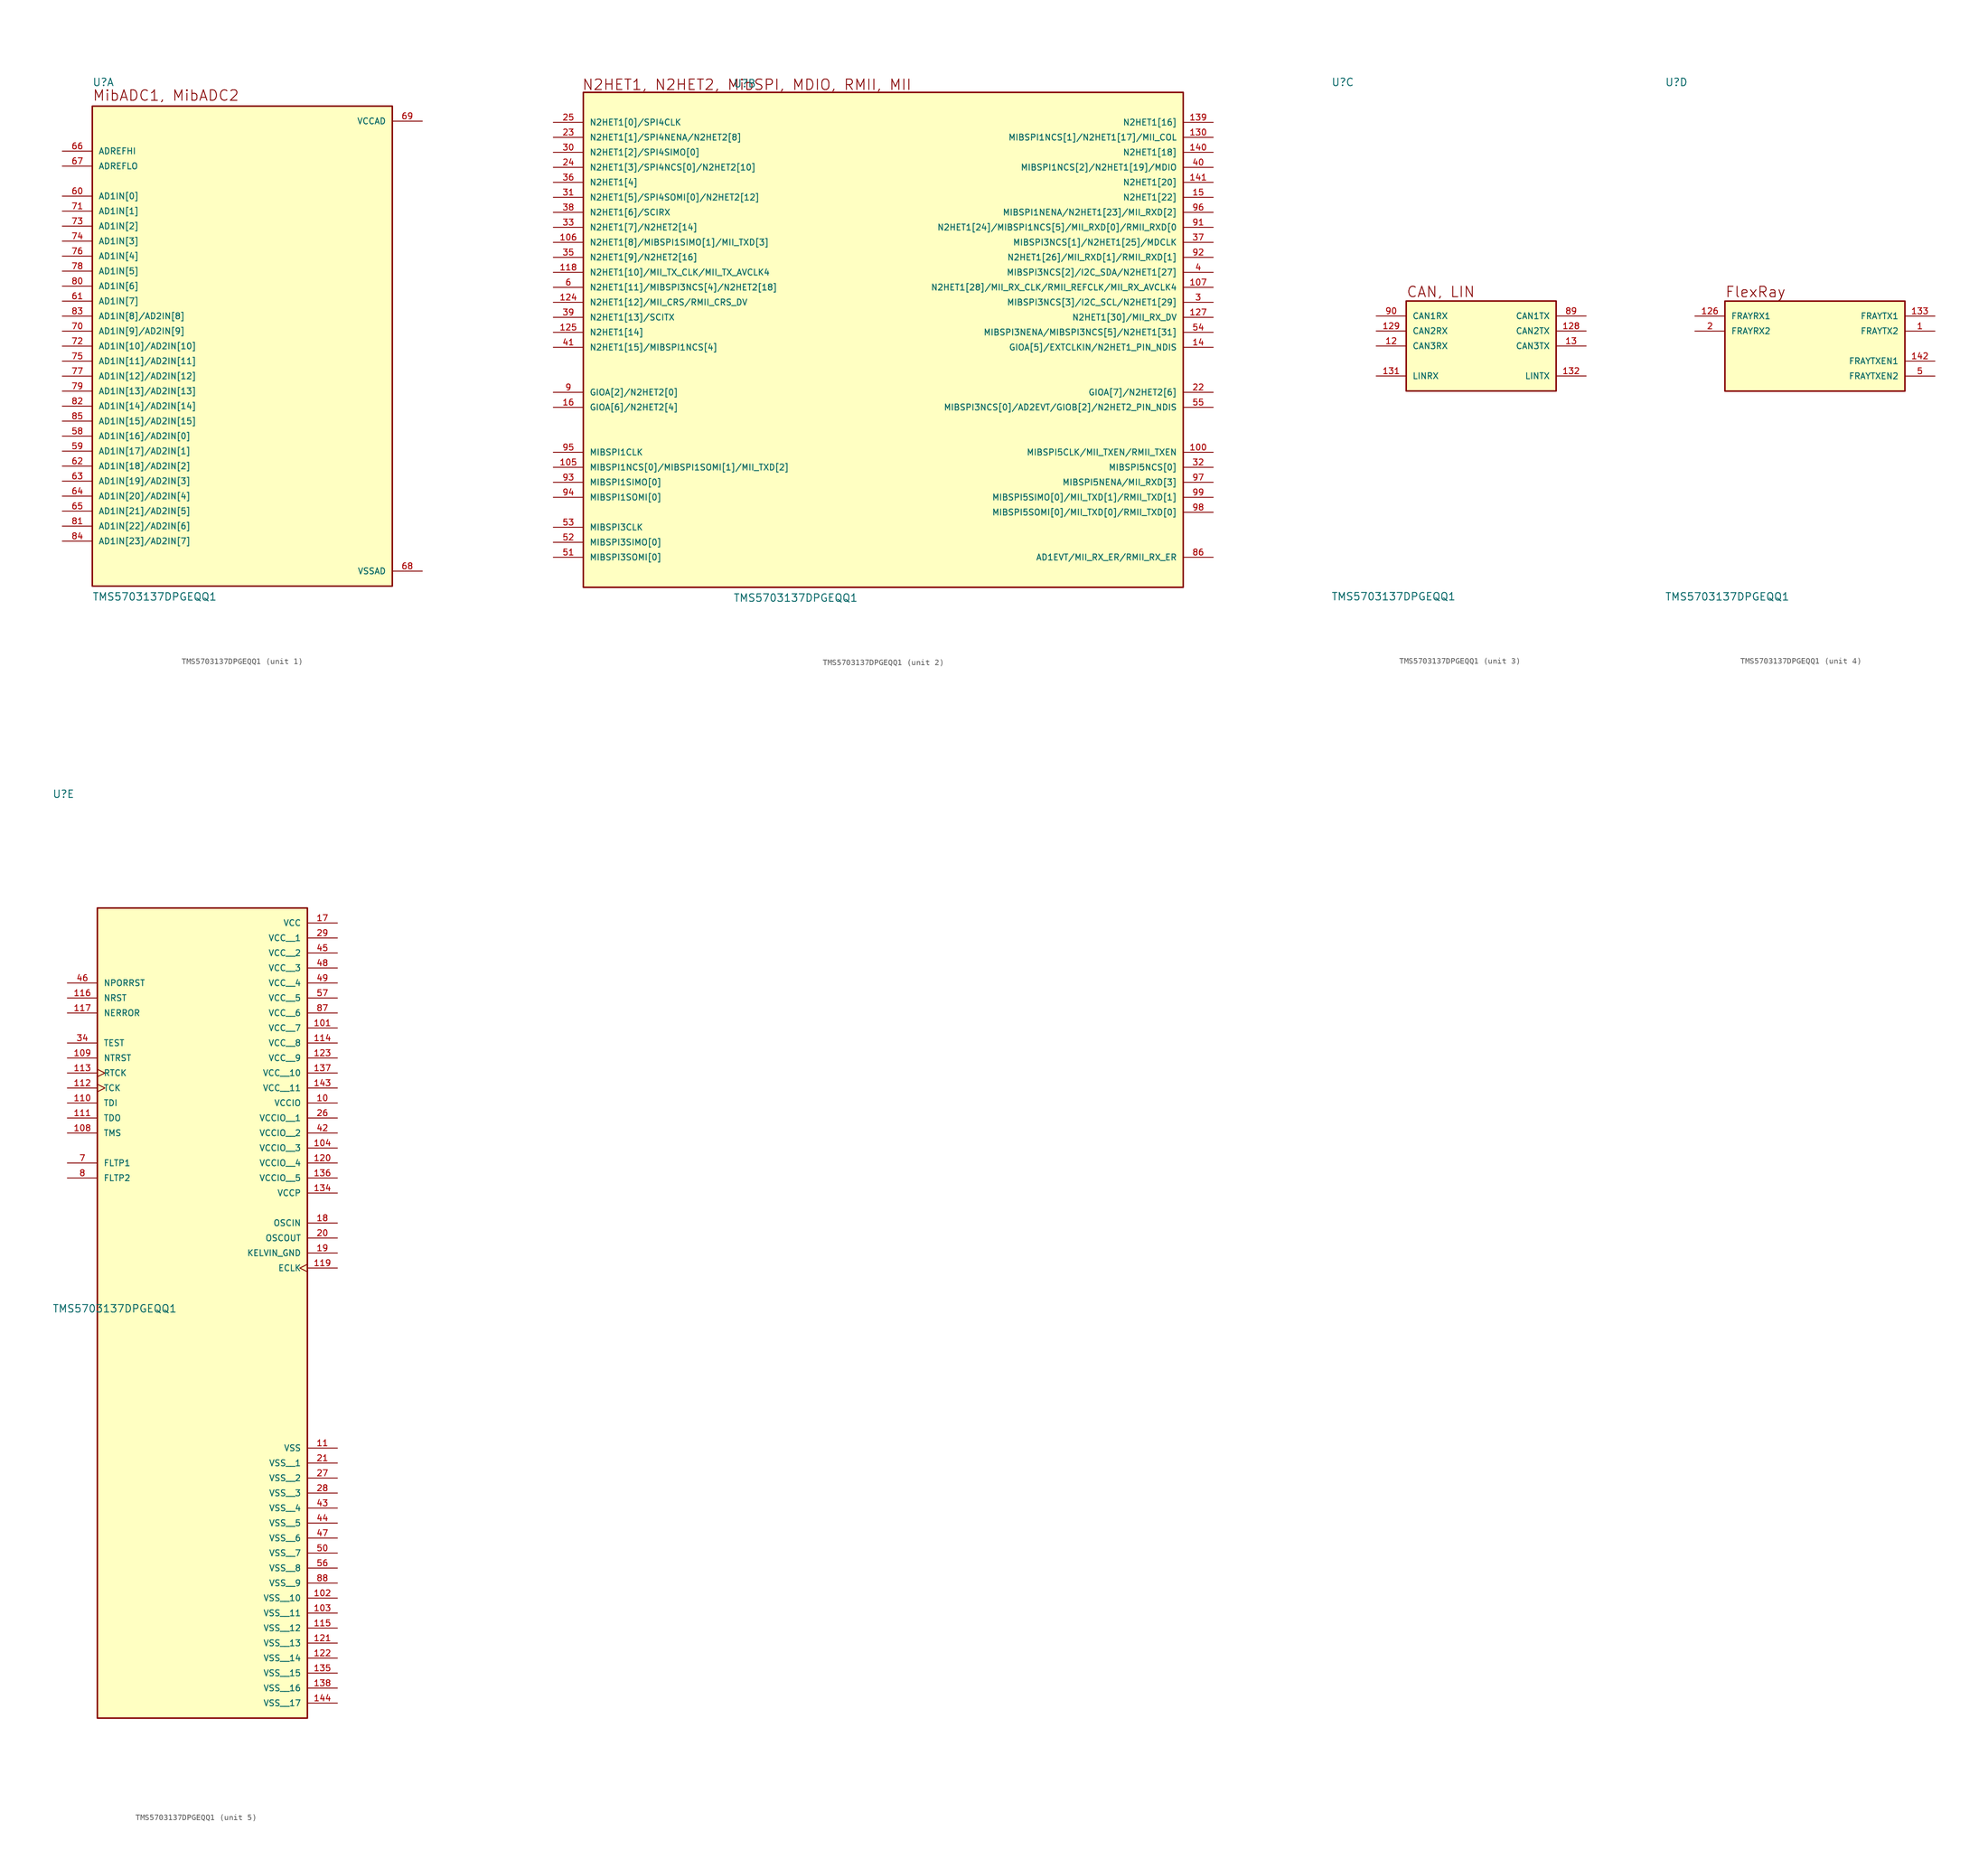
<source format=kicad_sym>
(kicad_symbol_lib
  (version 20211014)
  (generator kicad_symbol_editor)
  (symbol "TMS5703137DPGEQQ1"
    (pin_names
      (offset 1.016))
    (property "Reference" "U"
      (at -25.4 43.942 0)
      (effects (font (size 1.27 1.27)) (justify bottom left)))
    (property "Value" "TMS5703137DPGEQQ1"
      (at -25.4 -43.18 0)
      (effects (font (size 1.27 1.27)) (justify bottom left)))
    (symbol "TMS5703137DPGEQQ1_1_0"
      (text "MibADC1, MibADC2" (at -25.4 41.402 0) (effects (font (size 1.778 1.778)) (justify bottom left)))
      (rectangle (start -25.4 -40.64) (end 25.4 40.64) (stroke (width 0.254)) (fill (type background)))
      (pin input line (at -30.48 33.02 0) (length 5.08) (name "ADREFHI" (effects (font (size 1.016 1.016)))) (number "66" (effects (font (size 1.016 1.016)))))
      (pin input line (at -30.48 30.48 0) (length 5.08) (name "ADREFLO" (effects (font (size 1.016 1.016)))) (number "67" (effects (font (size 1.016 1.016)))))
      (pin power_in line (at 30.48 38.1 180.0) (length 5.08) (name "VCCAD" (effects (font (size 1.016 1.016)))) (number "69" (effects (font (size 1.016 1.016)))))
      (pin power_in line (at 30.48 -38.1 180.0) (length 5.08) (name "VSSAD" (effects (font (size 1.016 1.016)))) (number "68" (effects (font (size 1.016 1.016)))))
      (pin input line (at -30.48 25.4 0) (length 5.08) (name "AD1IN[0]" (effects (font (size 1.016 1.016)))) (number "60" (effects (font (size 1.016 1.016)))))
      (pin input line (at -30.48 20.32 0) (length 5.08) (name "AD1IN[2]" (effects (font (size 1.016 1.016)))) (number "73" (effects (font (size 1.016 1.016)))))
      (pin input line (at -30.48 22.86 0) (length 5.08) (name "AD1IN[1]" (effects (font (size 1.016 1.016)))) (number "71" (effects (font (size 1.016 1.016)))))
      (pin input line (at -30.48 15.24 0) (length 5.08) (name "AD1IN[4]" (effects (font (size 1.016 1.016)))) (number "76" (effects (font (size 1.016 1.016)))))
      (pin input line (at -30.48 17.78 0) (length 5.08) (name "AD1IN[3]" (effects (font (size 1.016 1.016)))) (number "74" (effects (font (size 1.016 1.016)))))
      (pin input line (at -30.48 12.7 0) (length 5.08) (name "AD1IN[5]" (effects (font (size 1.016 1.016)))) (number "78" (effects (font (size 1.016 1.016)))))
      (pin input line (at -30.48 7.62 0) (length 5.08) (name "AD1IN[7]" (effects (font (size 1.016 1.016)))) (number "61" (effects (font (size 1.016 1.016)))))
      (pin input line (at -30.48 10.16 0) (length 5.08) (name "AD1IN[6]" (effects (font (size 1.016 1.016)))) (number "80" (effects (font (size 1.016 1.016)))))
      (pin input line (at -30.48 5.08 0) (length 5.08) (name "AD1IN[8]/AD2IN[8]" (effects (font (size 1.016 1.016)))) (number "83" (effects (font (size 1.016 1.016)))))
      (pin input line (at -30.48 2.54 0) (length 5.08) (name "AD1IN[9]/AD2IN[9]" (effects (font (size 1.016 1.016)))) (number "70" (effects (font (size 1.016 1.016)))))
      (pin input line (at -30.48 0.0 0) (length 5.08) (name "AD1IN[10]/AD2IN[10]" (effects (font (size 1.016 1.016)))) (number "72" (effects (font (size 1.016 1.016)))))
      (pin input line (at -30.48 -2.54 0) (length 5.08) (name "AD1IN[11]/AD2IN[11]" (effects (font (size 1.016 1.016)))) (number "75" (effects (font (size 1.016 1.016)))))
      (pin input line (at -30.48 -7.62 0) (length 5.08) (name "AD1IN[13]/AD2IN[13]" (effects (font (size 1.016 1.016)))) (number "79" (effects (font (size 1.016 1.016)))))
      (pin input line (at -30.48 -5.08 0) (length 5.08) (name "AD1IN[12]/AD2IN[12]" (effects (font (size 1.016 1.016)))) (number "77" (effects (font (size 1.016 1.016)))))
      (pin input line (at -30.48 -10.16 0) (length 5.08) (name "AD1IN[14]/AD2IN[14]" (effects (font (size 1.016 1.016)))) (number "82" (effects (font (size 1.016 1.016)))))
      (pin input line (at -30.48 -15.24 0) (length 5.08) (name "AD1IN[16]/AD2IN[0]" (effects (font (size 1.016 1.016)))) (number "58" (effects (font (size 1.016 1.016)))))
      (pin input line (at -30.48 -12.7 0) (length 5.08) (name "AD1IN[15]/AD2IN[15]" (effects (font (size 1.016 1.016)))) (number "85" (effects (font (size 1.016 1.016)))))
      (pin input line (at -30.48 -20.32 0) (length 5.08) (name "AD1IN[18]/AD2IN[2]" (effects (font (size 1.016 1.016)))) (number "62" (effects (font (size 1.016 1.016)))))
      (pin input line (at -30.48 -17.78 0) (length 5.08) (name "AD1IN[17]/AD2IN[1]" (effects (font (size 1.016 1.016)))) (number "59" (effects (font (size 1.016 1.016)))))
      (pin input line (at -30.48 -22.86 0) (length 5.08) (name "AD1IN[19]/AD2IN[3]" (effects (font (size 1.016 1.016)))) (number "63" (effects (font (size 1.016 1.016)))))
      (pin input line (at -30.48 -27.94 0) (length 5.08) (name "AD1IN[21]/AD2IN[5]" (effects (font (size 1.016 1.016)))) (number "65" (effects (font (size 1.016 1.016)))))
      (pin input line (at -30.48 -25.4 0) (length 5.08) (name "AD1IN[20]/AD2IN[4]" (effects (font (size 1.016 1.016)))) (number "64" (effects (font (size 1.016 1.016)))))
      (pin input line (at -30.48 -30.48 0) (length 5.08) (name "AD1IN[22]/AD2IN[6]" (effects (font (size 1.016 1.016)))) (number "81" (effects (font (size 1.016 1.016)))))
      (pin input line (at -30.48 -33.02 0) (length 5.08) (name "AD1IN[23]/AD2IN[7]" (effects (font (size 1.016 1.016)))) (number "84" (effects (font (size 1.016 1.016))))))
    (symbol "TMS5703137DPGEQQ1_2_0"
      (text "N2HET1, N2HET2, MibSPI, MDIO, RMII, MII" (at -51.054 43.434 0) (effects (font (size 1.778 1.778)) (justify bottom left)))
      (rectangle (start -50.8 -40.64) (end 50.8 43.18) (stroke (width 0.254)) (fill (type background)))
      (pin bidirectional line (at -55.88 38.1 0) (length 5.08) (name "N2HET1[0]/SPI4CLK" (effects (font (size 1.016 1.016)))) (number "25" (effects (font (size 1.016 1.016)))))
      (pin bidirectional line (at -55.88 35.56 0) (length 5.08) (name "N2HET1[1]/SPI4NENA/N2HET2[8]" (effects (font (size 1.016 1.016)))) (number "23" (effects (font (size 1.016 1.016)))))
      (pin bidirectional line (at -55.88 33.02 0) (length 5.08) (name "N2HET1[2]/SPI4SIMO[0]" (effects (font (size 1.016 1.016)))) (number "30" (effects (font (size 1.016 1.016)))))
      (pin bidirectional line (at -55.88 30.48 0) (length 5.08) (name "N2HET1[3]/SPI4NCS[0]/N2HET2[10]" (effects (font (size 1.016 1.016)))) (number "24" (effects (font (size 1.016 1.016)))))
      (pin bidirectional line (at -55.88 27.94 0) (length 5.08) (name "N2HET1[4]" (effects (font (size 1.016 1.016)))) (number "36" (effects (font (size 1.016 1.016)))))
      (pin bidirectional line (at -55.88 25.4 0) (length 5.08) (name "N2HET1[5]/SPI4SOMI[0]/N2HET2[12]" (effects (font (size 1.016 1.016)))) (number "31" (effects (font (size 1.016 1.016)))))
      (pin bidirectional line (at -55.88 22.86 0) (length 5.08) (name "N2HET1[6]/SCIRX" (effects (font (size 1.016 1.016)))) (number "38" (effects (font (size 1.016 1.016)))))
      (pin bidirectional line (at -55.88 20.32 0) (length 5.08) (name "N2HET1[7]/N2HET2[14]" (effects (font (size 1.016 1.016)))) (number "33" (effects (font (size 1.016 1.016)))))
      (pin bidirectional line (at -55.88 17.78 0) (length 5.08) (name "N2HET1[8]/MIBSPI1SIMO[1]/MII_TXD[3]" (effects (font (size 1.016 1.016)))) (number "106" (effects (font (size 1.016 1.016)))))
      (pin bidirectional line (at -55.88 15.24 0) (length 5.08) (name "N2HET1[9]/N2HET2[16]" (effects (font (size 1.016 1.016)))) (number "35" (effects (font (size 1.016 1.016)))))
      (pin bidirectional line (at -55.88 12.7 0) (length 5.08) (name "N2HET1[10]/MII_TX_CLK/MII_TX_AVCLK4" (effects (font (size 1.016 1.016)))) (number "118" (effects (font (size 1.016 1.016)))))
      (pin bidirectional line (at -55.88 10.16 0) (length 5.08) (name "N2HET1[11]/MIBSPI3NCS[4]/N2HET2[18]" (effects (font (size 1.016 1.016)))) (number "6" (effects (font (size 1.016 1.016)))))
      (pin bidirectional line (at -55.88 7.62 0) (length 5.08) (name "N2HET1[12]/MII_CRS/RMII_CRS_DV" (effects (font (size 1.016 1.016)))) (number "124" (effects (font (size 1.016 1.016)))))
      (pin bidirectional line (at -55.88 5.08 0) (length 5.08) (name "N2HET1[13]/SCITX" (effects (font (size 1.016 1.016)))) (number "39" (effects (font (size 1.016 1.016)))))
      (pin bidirectional line (at -55.88 2.54 0) (length 5.08) (name "N2HET1[14]" (effects (font (size 1.016 1.016)))) (number "125" (effects (font (size 1.016 1.016)))))
      (pin bidirectional line (at -55.88 0.0 0) (length 5.08) (name "N2HET1[15]/MIBSPI1NCS[4]" (effects (font (size 1.016 1.016)))) (number "41" (effects (font (size 1.016 1.016)))))
      (pin bidirectional line (at 55.88 38.1 180.0) (length 5.08) (name "N2HET1[16]" (effects (font (size 1.016 1.016)))) (number "139" (effects (font (size 1.016 1.016)))))
      (pin bidirectional line (at 55.88 35.56 180.0) (length 5.08) (name "MIBSPI1NCS[1]/N2HET1[17]/MII_COL" (effects (font (size 1.016 1.016)))) (number "130" (effects (font (size 1.016 1.016)))))
      (pin bidirectional line (at 55.88 33.02 180.0) (length 5.08) (name "N2HET1[18]" (effects (font (size 1.016 1.016)))) (number "140" (effects (font (size 1.016 1.016)))))
      (pin bidirectional line (at 55.88 30.48 180.0) (length 5.08) (name "MIBSPI1NCS[2]/N2HET1[19]/MDIO" (effects (font (size 1.016 1.016)))) (number "40" (effects (font (size 1.016 1.016)))))
      (pin bidirectional line (at 55.88 27.94 180.0) (length 5.08) (name "N2HET1[20]" (effects (font (size 1.016 1.016)))) (number "141" (effects (font (size 1.016 1.016)))))
      (pin bidirectional line (at 55.88 25.4 180.0) (length 5.08) (name "N2HET1[22]" (effects (font (size 1.016 1.016)))) (number "15" (effects (font (size 1.016 1.016)))))
      (pin bidirectional line (at 55.88 22.86 180.0) (length 5.08) (name "MIBSPI1NENA/N2HET1[23]/MII_RXD[2]" (effects (font (size 1.016 1.016)))) (number "96" (effects (font (size 1.016 1.016)))))
      (pin bidirectional line (at 55.88 20.32 180.0) (length 5.08) (name "N2HET1[24]/MIBSPI1NCS[5]/MII_RXD[0]/RMII_RXD[0" (effects (font (size 1.016 1.016)))) (number "91" (effects (font (size 1.016 1.016)))))
      (pin bidirectional line (at 55.88 17.78 180.0) (length 5.08) (name "MIBSPI3NCS[1]/N2HET1[25]/MDCLK" (effects (font (size 1.016 1.016)))) (number "37" (effects (font (size 1.016 1.016)))))
      (pin bidirectional line (at 55.88 15.24 180.0) (length 5.08) (name "N2HET1[26]/MII_RXD[1]/RMII_RXD[1]" (effects (font (size 1.016 1.016)))) (number "92" (effects (font (size 1.016 1.016)))))
      (pin bidirectional line (at 55.88 12.7 180.0) (length 5.08) (name "MIBSPI3NCS[2]/I2C_SDA/N2HET1[27]" (effects (font (size 1.016 1.016)))) (number "4" (effects (font (size 1.016 1.016)))))
      (pin bidirectional line (at 55.88 10.16 180.0) (length 5.08) (name "N2HET1[28]/MII_RX_CLK/RMII_REFCLK/MII_RX_AVCLK4" (effects (font (size 1.016 1.016)))) (number "107" (effects (font (size 1.016 1.016)))))
      (pin bidirectional line (at 55.88 7.62 180.0) (length 5.08) (name "MIBSPI3NCS[3]/I2C_SCL/N2HET1[29]" (effects (font (size 1.016 1.016)))) (number "3" (effects (font (size 1.016 1.016)))))
      (pin bidirectional line (at 55.88 5.08 180.0) (length 5.08) (name "N2HET1[30]/MII_RX_DV" (effects (font (size 1.016 1.016)))) (number "127" (effects (font (size 1.016 1.016)))))
      (pin bidirectional line (at 55.88 2.54 180.0) (length 5.08) (name "MIBSPI3NENA/MIBSPI3NCS[5]/N2HET1[31]" (effects (font (size 1.016 1.016)))) (number "54" (effects (font (size 1.016 1.016)))))
      (pin bidirectional line (at 55.88 0.0 180.0) (length 5.08) (name "GIOA[5]/EXTCLKIN/N2HET1_PIN_NDIS" (effects (font (size 1.016 1.016)))) (number "14" (effects (font (size 1.016 1.016)))))
      (pin bidirectional line (at -55.88 -7.62 0) (length 5.08) (name "GIOA[2]/N2HET2[0]" (effects (font (size 1.016 1.016)))) (number "9" (effects (font (size 1.016 1.016)))))
      (pin bidirectional line (at -55.88 -10.16 0) (length 5.08) (name "GIOA[6]/N2HET2[4]" (effects (font (size 1.016 1.016)))) (number "16" (effects (font (size 1.016 1.016)))))
      (pin bidirectional line (at 55.88 -7.62 180.0) (length 5.08) (name "GIOA[7]/N2HET2[6]" (effects (font (size 1.016 1.016)))) (number "22" (effects (font (size 1.016 1.016)))))
      (pin bidirectional line (at 55.88 -10.16 180.0) (length 5.08) (name "MIBSPI3NCS[0]/AD2EVT/GIOB[2]/N2HET2_PIN_NDIS" (effects (font (size 1.016 1.016)))) (number "55" (effects (font (size 1.016 1.016)))))
      (pin bidirectional line (at -55.88 -17.78 0) (length 5.08) (name "MIBSPI1CLK" (effects (font (size 1.016 1.016)))) (number "95" (effects (font (size 1.016 1.016)))))
      (pin bidirectional line (at -55.88 -20.32 0) (length 5.08) (name "MIBSPI1NCS[0]/MIBSPI1SOMI[1]/MII_TXD[2]" (effects (font (size 1.016 1.016)))) (number "105" (effects (font (size 1.016 1.016)))))
      (pin bidirectional line (at -55.88 -22.86 0) (length 5.08) (name "MIBSPI1SIMO[0]" (effects (font (size 1.016 1.016)))) (number "93" (effects (font (size 1.016 1.016)))))
      (pin bidirectional line (at -55.88 -25.4 0) (length 5.08) (name "MIBSPI1SOMI[0]" (effects (font (size 1.016 1.016)))) (number "94" (effects (font (size 1.016 1.016)))))
      (pin bidirectional line (at -55.88 -30.48 0) (length 5.08) (name "MIBSPI3CLK" (effects (font (size 1.016 1.016)))) (number "53" (effects (font (size 1.016 1.016)))))
      (pin bidirectional line (at -55.88 -33.02 0) (length 5.08) (name "MIBSPI3SIMO[0]" (effects (font (size 1.016 1.016)))) (number "52" (effects (font (size 1.016 1.016)))))
      (pin bidirectional line (at -55.88 -35.56 0) (length 5.08) (name "MIBSPI3SOMI[0]" (effects (font (size 1.016 1.016)))) (number "51" (effects (font (size 1.016 1.016)))))
      (pin bidirectional line (at 55.88 -17.78 180.0) (length 5.08) (name "MIBSPI5CLK/MII_TXEN/RMII_TXEN" (effects (font (size 1.016 1.016)))) (number "100" (effects (font (size 1.016 1.016)))))
      (pin bidirectional line (at 55.88 -20.32 180.0) (length 5.08) (name "MIBSPI5NCS[0]" (effects (font (size 1.016 1.016)))) (number "32" (effects (font (size 1.016 1.016)))))
      (pin bidirectional line (at 55.88 -22.86 180.0) (length 5.08) (name "MIBSPI5NENA/MII_RXD[3]" (effects (font (size 1.016 1.016)))) (number "97" (effects (font (size 1.016 1.016)))))
      (pin bidirectional line (at 55.88 -25.4 180.0) (length 5.08) (name "MIBSPI5SIMO[0]/MII_TXD[1]/RMII_TXD[1]" (effects (font (size 1.016 1.016)))) (number "99" (effects (font (size 1.016 1.016)))))
      (pin bidirectional line (at 55.88 -27.94 180.0) (length 5.08) (name "MIBSPI5SOMI[0]/MII_TXD[0]/RMII_TXD[0]" (effects (font (size 1.016 1.016)))) (number "98" (effects (font (size 1.016 1.016)))))
      (pin bidirectional line (at 55.88 -35.56 180.0) (length 5.08) (name "AD1EVT/MII_RX_ER/RMII_RX_ER" (effects (font (size 1.016 1.016)))) (number "86" (effects (font (size 1.016 1.016))))))
    (symbol "TMS5703137DPGEQQ1_3_0"
      (text "CAN, LIN" (at -12.7 8.128 0) (effects (font (size 1.778 1.778)) (justify bottom left)))
      (rectangle (start -12.7 -7.62) (end 12.7 7.62) (stroke (width 0.254)) (fill (type background)))
      (pin bidirectional line (at -17.78 5.08 0) (length 5.08) (name "CAN1RX" (effects (font (size 1.016 1.016)))) (number "90" (effects (font (size 1.016 1.016)))))
      (pin bidirectional line (at 17.78 5.08 180.0) (length 5.08) (name "CAN1TX" (effects (font (size 1.016 1.016)))) (number "89" (effects (font (size 1.016 1.016)))))
      (pin bidirectional line (at -17.78 2.54 0) (length 5.08) (name "CAN2RX" (effects (font (size 1.016 1.016)))) (number "129" (effects (font (size 1.016 1.016)))))
      (pin bidirectional line (at 17.78 2.54 180.0) (length 5.08) (name "CAN2TX" (effects (font (size 1.016 1.016)))) (number "128" (effects (font (size 1.016 1.016)))))
      (pin bidirectional line (at -17.78 0.0 0) (length 5.08) (name "CAN3RX" (effects (font (size 1.016 1.016)))) (number "12" (effects (font (size 1.016 1.016)))))
      (pin bidirectional line (at 17.78 0.0 180.0) (length 5.08) (name "CAN3TX" (effects (font (size 1.016 1.016)))) (number "13" (effects (font (size 1.016 1.016)))))
      (pin bidirectional line (at -17.78 -5.08 0) (length 5.08) (name "LINRX" (effects (font (size 1.016 1.016)))) (number "131" (effects (font (size 1.016 1.016)))))
      (pin bidirectional line (at 17.78 -5.08 180.0) (length 5.08) (name "LINTX" (effects (font (size 1.016 1.016)))) (number "132" (effects (font (size 1.016 1.016))))))
    (symbol "TMS5703137DPGEQQ1_4_0"
      (text "FlexRay" (at -15.24 8.128 0) (effects (font (size 1.778 1.778)) (justify bottom left)))
      (rectangle (start -15.24 -7.62) (end 15.24 7.62) (stroke (width 0.254)) (fill (type background)))
      (pin input line (at -20.32 5.08 0) (length 5.08) (name "FRAYRX1" (effects (font (size 1.016 1.016)))) (number "126" (effects (font (size 1.016 1.016)))))
      (pin output line (at 20.32 5.08 180.0) (length 5.08) (name "FRAYTX1" (effects (font (size 1.016 1.016)))) (number "133" (effects (font (size 1.016 1.016)))))
      (pin output line (at 20.32 -2.54 180.0) (length 5.08) (name "FRAYTXEN1" (effects (font (size 1.016 1.016)))) (number "142" (effects (font (size 1.016 1.016)))))
      (pin input line (at -20.32 2.54 0) (length 5.08) (name "FRAYRX2" (effects (font (size 1.016 1.016)))) (number "2" (effects (font (size 1.016 1.016)))))
      (pin output line (at 20.32 2.54 180.0) (length 5.08) (name "FRAYTX2" (effects (font (size 1.016 1.016)))) (number "1" (effects (font (size 1.016 1.016)))))
      (pin output line (at 20.32 -5.08 180.0) (length 5.08) (name "FRAYTXEN2" (effects (font (size 1.016 1.016)))) (number "5" (effects (font (size 1.016 1.016))))))
    (symbol "TMS5703137DPGEQQ1_5_0"
      (rectangle (start -17.78 -111.76) (end 17.78 25.4) (stroke (width 0.254)) (fill (type background)))
      (pin input line (at -22.86 12.7 0) (length 5.08) (name "NPORRST" (effects (font (size 1.016 1.016)))) (number "46" (effects (font (size 1.016 1.016)))))
      (pin bidirectional line (at -22.86 10.16 0) (length 5.08) (name "NRST" (effects (font (size 1.016 1.016)))) (number "116" (effects (font (size 1.016 1.016)))))
      (pin bidirectional line (at -22.86 7.62 0) (length 5.08) (name "NERROR" (effects (font (size 1.016 1.016)))) (number "117" (effects (font (size 1.016 1.016)))))
      (pin input line (at 22.86 -33.02 180.0) (length 5.08) (name "KELVIN_GND" (effects (font (size 1.016 1.016)))) (number "19" (effects (font (size 1.016 1.016)))))
      (pin output line (at 22.86 -30.48 180.0) (length 5.08) (name "OSCOUT" (effects (font (size 1.016 1.016)))) (number "20" (effects (font (size 1.016 1.016)))))
      (pin bidirectional clock (at 22.86 -35.56 180.0) (length 5.08) (name "ECLK" (effects (font (size 1.016 1.016)))) (number "119" (effects (font (size 1.016 1.016)))))
      (pin bidirectional line (at -22.86 2.54 0) (length 5.08) (name "TEST" (effects (font (size 1.016 1.016)))) (number "34" (effects (font (size 1.016 1.016)))))
      (pin input line (at -22.86 0.0 0) (length 5.08) (name "NTRST" (effects (font (size 1.016 1.016)))) (number "109" (effects (font (size 1.016 1.016)))))
      (pin output clock (at -22.86 -2.54 0) (length 5.08) (name "RTCK" (effects (font (size 1.016 1.016)))) (number "113" (effects (font (size 1.016 1.016)))))
      (pin input clock (at -22.86 -5.08 0) (length 5.08) (name "TCK" (effects (font (size 1.016 1.016)))) (number "112" (effects (font (size 1.016 1.016)))))
      (pin bidirectional line (at -22.86 -7.62 0) (length 5.08) (name "TDI" (effects (font (size 1.016 1.016)))) (number "110" (effects (font (size 1.016 1.016)))))
      (pin output line (at -22.86 -10.16 0) (length 5.08) (name "TDO" (effects (font (size 1.016 1.016)))) (number "111" (effects (font (size 1.016 1.016)))))
      (pin bidirectional line (at -22.86 -12.7 0) (length 5.08) (name "TMS" (effects (font (size 1.016 1.016)))) (number "108" (effects (font (size 1.016 1.016)))))
      (pin power_in line (at 22.86 -22.86 180.0) (length 5.08) (name "VCCP" (effects (font (size 1.016 1.016)))) (number "134" (effects (font (size 1.016 1.016)))))
      (pin input line (at -22.86 -17.78 0) (length 5.08) (name "FLTP1" (effects (font (size 1.016 1.016)))) (number "7" (effects (font (size 1.016 1.016)))))
      (pin power_in line (at 22.86 22.86 180.0) (length 5.08) (name "VCC" (effects (font (size 1.016 1.016)))) (number "17" (effects (font (size 1.016 1.016)))))
      (pin input line (at -22.86 -20.32 0) (length 5.08) (name "FLTP2" (effects (font (size 1.016 1.016)))) (number "8" (effects (font (size 1.016 1.016)))))
      (pin power_in line (at 22.86 -7.62 180.0) (length 5.08) (name "VCCIO" (effects (font (size 1.016 1.016)))) (number "10" (effects (font (size 1.016 1.016)))))
      (pin power_in line (at 22.86 -66.04 180.0) (length 5.08) (name "VSS" (effects (font (size 1.016 1.016)))) (number "11" (effects (font (size 1.016 1.016)))))
      (pin input line (at 22.86 -27.94 180.0) (length 5.08) (name "OSCIN" (effects (font (size 1.016 1.016)))) (number "18" (effects (font (size 1.016 1.016)))))
      (pin power_in line (at 22.86 20.32 180.0) (length 5.08) (name "VCC__1" (effects (font (size 1.016 1.016)))) (number "29" (effects (font (size 1.016 1.016)))))
      (pin power_in line (at 22.86 17.78 180.0) (length 5.08) (name "VCC__2" (effects (font (size 1.016 1.016)))) (number "45" (effects (font (size 1.016 1.016)))))
      (pin power_in line (at 22.86 15.24 180.0) (length 5.08) (name "VCC__3" (effects (font (size 1.016 1.016)))) (number "48" (effects (font (size 1.016 1.016)))))
      (pin power_in line (at 22.86 12.7 180.0) (length 5.08) (name "VCC__4" (effects (font (size 1.016 1.016)))) (number "49" (effects (font (size 1.016 1.016)))))
      (pin power_in line (at 22.86 10.16 180.0) (length 5.08) (name "VCC__5" (effects (font (size 1.016 1.016)))) (number "57" (effects (font (size 1.016 1.016)))))
      (pin power_in line (at 22.86 7.62 180.0) (length 5.08) (name "VCC__6" (effects (font (size 1.016 1.016)))) (number "87" (effects (font (size 1.016 1.016)))))
      (pin power_in line (at 22.86 5.08 180.0) (length 5.08) (name "VCC__7" (effects (font (size 1.016 1.016)))) (number "101" (effects (font (size 1.016 1.016)))))
      (pin power_in line (at 22.86 2.54 180.0) (length 5.08) (name "VCC__8" (effects (font (size 1.016 1.016)))) (number "114" (effects (font (size 1.016 1.016)))))
      (pin power_in line (at 22.86 0.0 180.0) (length 5.08) (name "VCC__9" (effects (font (size 1.016 1.016)))) (number "123" (effects (font (size 1.016 1.016)))))
      (pin power_in line (at 22.86 -2.54 180.0) (length 5.08) (name "VCC__10" (effects (font (size 1.016 1.016)))) (number "137" (effects (font (size 1.016 1.016)))))
      (pin power_in line (at 22.86 -5.08 180.0) (length 5.08) (name "VCC__11" (effects (font (size 1.016 1.016)))) (number "143" (effects (font (size 1.016 1.016)))))
      (pin power_in line (at 22.86 -10.16 180.0) (length 5.08) (name "VCCIO__1" (effects (font (size 1.016 1.016)))) (number "26" (effects (font (size 1.016 1.016)))))
      (pin power_in line (at 22.86 -12.7 180.0) (length 5.08) (name "VCCIO__2" (effects (font (size 1.016 1.016)))) (number "42" (effects (font (size 1.016 1.016)))))
      (pin power_in line (at 22.86 -15.24 180.0) (length 5.08) (name "VCCIO__3" (effects (font (size 1.016 1.016)))) (number "104" (effects (font (size 1.016 1.016)))))
      (pin power_in line (at 22.86 -17.78 180.0) (length 5.08) (name "VCCIO__4" (effects (font (size 1.016 1.016)))) (number "120" (effects (font (size 1.016 1.016)))))
      (pin power_in line (at 22.86 -20.32 180.0) (length 5.08) (name "VCCIO__5" (effects (font (size 1.016 1.016)))) (number "136" (effects (font (size 1.016 1.016)))))
      (pin power_in line (at 22.86 -68.58 180.0) (length 5.08) (name "VSS__1" (effects (font (size 1.016 1.016)))) (number "21" (effects (font (size 1.016 1.016)))))
      (pin power_in line (at 22.86 -71.12 180.0) (length 5.08) (name "VSS__2" (effects (font (size 1.016 1.016)))) (number "27" (effects (font (size 1.016 1.016)))))
      (pin power_in line (at 22.86 -73.66 180.0) (length 5.08) (name "VSS__3" (effects (font (size 1.016 1.016)))) (number "28" (effects (font (size 1.016 1.016)))))
      (pin power_in line (at 22.86 -76.2 180.0) (length 5.08) (name "VSS__4" (effects (font (size 1.016 1.016)))) (number "43" (effects (font (size 1.016 1.016)))))
      (pin power_in line (at 22.86 -78.74 180.0) (length 5.08) (name "VSS__5" (effects (font (size 1.016 1.016)))) (number "44" (effects (font (size 1.016 1.016)))))
      (pin power_in line (at 22.86 -81.28 180.0) (length 5.08) (name "VSS__6" (effects (font (size 1.016 1.016)))) (number "47" (effects (font (size 1.016 1.016)))))
      (pin power_in line (at 22.86 -83.82 180.0) (length 5.08) (name "VSS__7" (effects (font (size 1.016 1.016)))) (number "50" (effects (font (size 1.016 1.016)))))
      (pin power_in line (at 22.86 -86.36 180.0) (length 5.08) (name "VSS__8" (effects (font (size 1.016 1.016)))) (number "56" (effects (font (size 1.016 1.016)))))
      (pin power_in line (at 22.86 -88.9 180.0) (length 5.08) (name "VSS__9" (effects (font (size 1.016 1.016)))) (number "88" (effects (font (size 1.016 1.016)))))
      (pin power_in line (at 22.86 -91.44 180.0) (length 5.08) (name "VSS__10" (effects (font (size 1.016 1.016)))) (number "102" (effects (font (size 1.016 1.016)))))
      (pin power_in line (at 22.86 -93.98 180.0) (length 5.08) (name "VSS__11" (effects (font (size 1.016 1.016)))) (number "103" (effects (font (size 1.016 1.016)))))
      (pin power_in line (at 22.86 -96.52 180.0) (length 5.08) (name "VSS__12" (effects (font (size 1.016 1.016)))) (number "115" (effects (font (size 1.016 1.016)))))
      (pin power_in line (at 22.86 -99.06 180.0) (length 5.08) (name "VSS__13" (effects (font (size 1.016 1.016)))) (number "121" (effects (font (size 1.016 1.016)))))
      (pin power_in line (at 22.86 -101.6 180.0) (length 5.08) (name "VSS__14" (effects (font (size 1.016 1.016)))) (number "122" (effects (font (size 1.016 1.016)))))
      (pin power_in line (at 22.86 -104.14 180.0) (length 5.08) (name "VSS__15" (effects (font (size 1.016 1.016)))) (number "135" (effects (font (size 1.016 1.016)))))
      (pin power_in line (at 22.86 -106.68 180.0) (length 5.08) (name "VSS__16" (effects (font (size 1.016 1.016)))) (number "138" (effects (font (size 1.016 1.016)))))
      (pin power_in line (at 22.86 -109.22 180.0) (length 5.08) (name "VSS__17" (effects (font (size 1.016 1.016)))) (number "144" (effects (font (size 1.016 1.016))))))))
</source>
